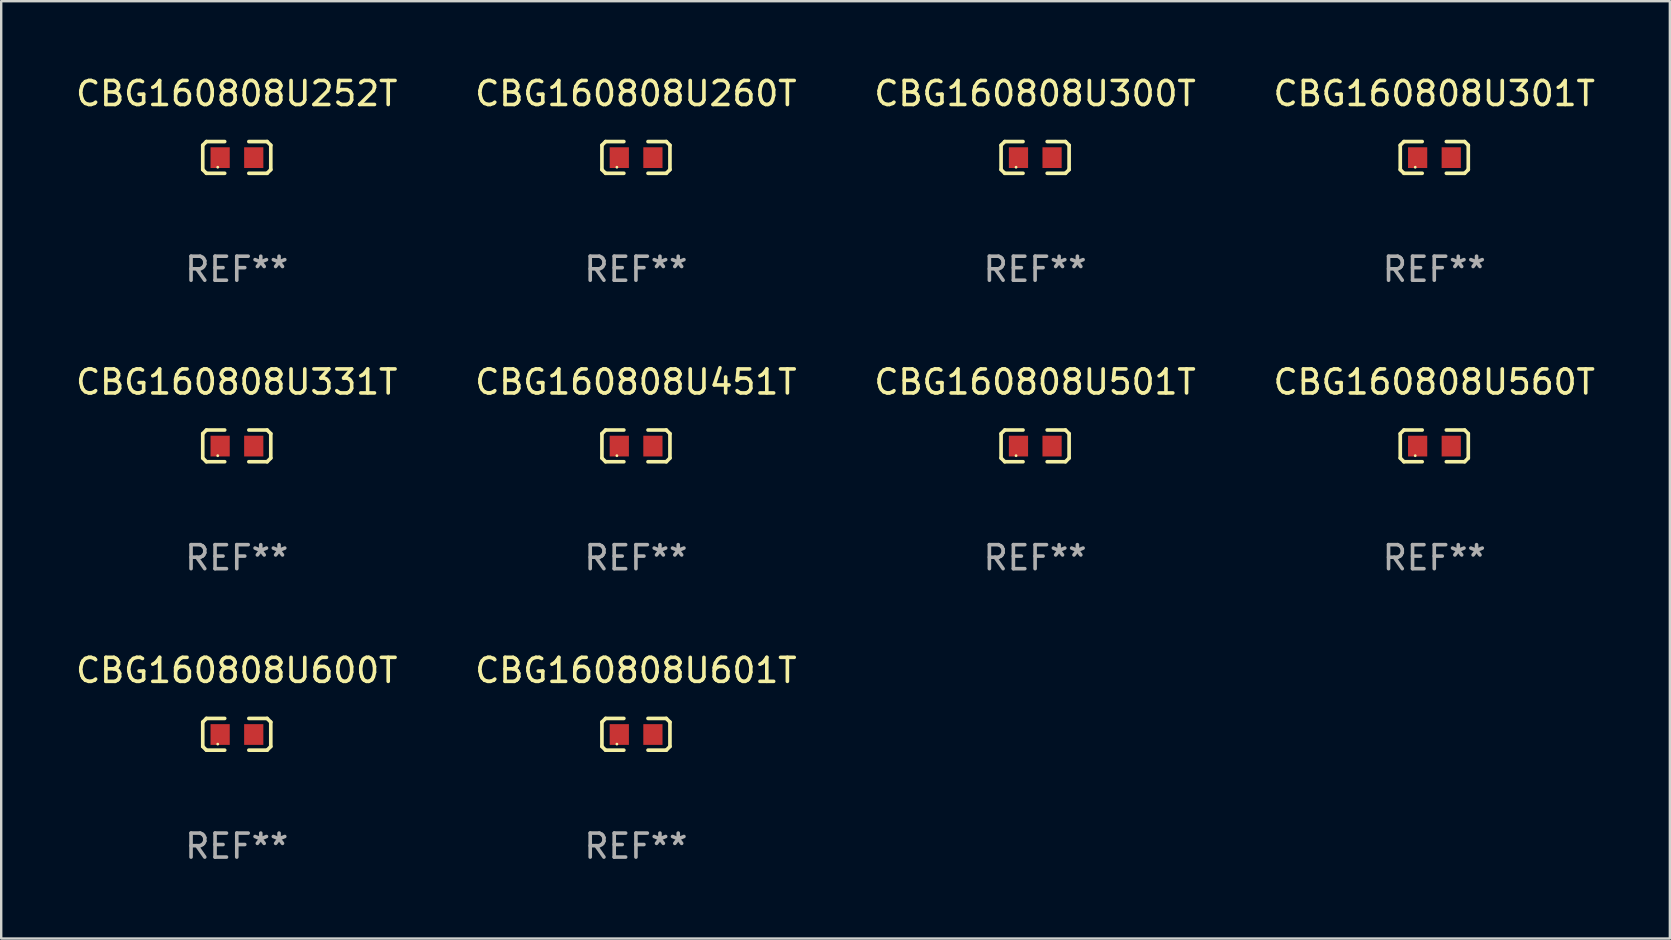
<source format=kicad_pcb>
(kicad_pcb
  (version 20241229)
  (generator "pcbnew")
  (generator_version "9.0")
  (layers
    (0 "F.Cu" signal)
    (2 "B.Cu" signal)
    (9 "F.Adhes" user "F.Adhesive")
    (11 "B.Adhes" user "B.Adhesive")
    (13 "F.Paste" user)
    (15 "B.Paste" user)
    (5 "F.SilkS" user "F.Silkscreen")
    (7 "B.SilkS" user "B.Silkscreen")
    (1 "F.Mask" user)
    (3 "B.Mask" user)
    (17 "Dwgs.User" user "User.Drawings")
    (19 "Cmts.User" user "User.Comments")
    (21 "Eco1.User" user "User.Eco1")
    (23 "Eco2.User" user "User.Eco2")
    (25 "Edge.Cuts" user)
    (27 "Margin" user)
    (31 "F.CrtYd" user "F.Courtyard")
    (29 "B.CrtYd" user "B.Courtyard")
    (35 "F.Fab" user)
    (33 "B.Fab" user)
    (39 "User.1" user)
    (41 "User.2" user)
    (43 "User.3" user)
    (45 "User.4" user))
  (footprint "CBG160808U600T"
    (layer "F.Cu")
    (at 6.815 27.544)
    (property "Reference" "CBG160808U600T" (at 0 -2.661 0) (layer "F.SilkS") (effects (font (size 1 1) (thickness 0.15))))
    (attr through_hole)
    (fp_line (start -1.417 -0.508) (end -1.265 -0.661) (stroke (width 0.152) (type solid)) (layer "F.SilkS"))
    (fp_line (start -1.417 0.508) (end -1.417 -0.508) (stroke (width 0.152) (type solid)) (layer "F.SilkS"))
    (fp_line (start -1.265 -0.661) (end -0.503 -0.661) (stroke (width 0.152) (type solid)) (layer "F.SilkS"))
    (fp_line (start -1.265 0.661) (end -1.417 0.508) (stroke (width 0.152) (type solid)) (layer "F.SilkS"))
    (fp_line (start -1.265 0.661) (end -0.503 0.661) (stroke (width 0.152) (type solid)) (layer "F.SilkS"))
    (fp_line (start 1.265 -0.661) (end 0.503 -0.661) (stroke (width 0.152) (type solid)) (layer "F.SilkS"))
    (fp_line (start 1.265 -0.661) (end 1.417 -0.508) (stroke (width 0.152) (type solid)) (layer "F.SilkS"))
    (fp_line (start 1.265 0.661) (end 0.503 0.661) (stroke (width 0.152) (type solid)) (layer "F.SilkS"))
    (fp_line (start 1.417 -0.508) (end 1.417 0.508) (stroke (width 0.152) (type solid)) (layer "F.SilkS"))
    (fp_line (start 1.417 0.508) (end 1.265 0.661) (stroke (width 0.152) (type solid)) (layer "F.SilkS"))
    (fp_circle (center -0.793 0.409) (end -0.763 0.409) (stroke (width 0.06) (type solid)) (fill no) (layer "F.SilkS"))
    (fp_text user "REF**" (at 0 4.661 0) (layer "F.Fab") (effects (font (size 1 1) (thickness 0.15))))
    (pad "1" smd rect (at -0.693 0.009 180) (size 0.8 0.864) (layers "F.Cu" "F.Mask" "F.Paste"))
    (pad "2" smd rect (at 0.707 0.009 180) (size 0.8 0.864) (layers "F.Cu" "F.Mask" "F.Paste")))
  (footprint "CBG160808U260T"
    (layer "F.Cu")
    (at 23.446 3.509)
    (property "Reference" "CBG160808U260T" (at 0 -2.661 0) (layer "F.SilkS") (effects (font (size 1 1) (thickness 0.15))))
    (attr through_hole)
    (fp_line (start -1.417 -0.508) (end -1.265 -0.661) (stroke (width 0.152) (type solid)) (layer "F.SilkS"))
    (fp_line (start -1.417 0.508) (end -1.417 -0.508) (stroke (width 0.152) (type solid)) (layer "F.SilkS"))
    (fp_line (start -1.265 -0.661) (end -0.503 -0.661) (stroke (width 0.152) (type solid)) (layer "F.SilkS"))
    (fp_line (start -1.265 0.661) (end -1.417 0.508) (stroke (width 0.152) (type solid)) (layer "F.SilkS"))
    (fp_line (start -1.265 0.661) (end -0.503 0.661) (stroke (width 0.152) (type solid)) (layer "F.SilkS"))
    (fp_line (start 1.265 -0.661) (end 0.503 -0.661) (stroke (width 0.152) (type solid)) (layer "F.SilkS"))
    (fp_line (start 1.265 -0.661) (end 1.417 -0.508) (stroke (width 0.152) (type solid)) (layer "F.SilkS"))
    (fp_line (start 1.265 0.661) (end 0.503 0.661) (stroke (width 0.152) (type solid)) (layer "F.SilkS"))
    (fp_line (start 1.417 -0.508) (end 1.417 0.508) (stroke (width 0.152) (type solid)) (layer "F.SilkS"))
    (fp_line (start 1.417 0.508) (end 1.265 0.661) (stroke (width 0.152) (type solid)) (layer "F.SilkS"))
    (fp_circle (center -0.793 0.409) (end -0.763 0.409) (stroke (width 0.06) (type solid)) (fill no) (layer "F.SilkS"))
    (fp_text user "REF**" (at 0 4.661 0) (layer "F.Fab") (effects (font (size 1 1) (thickness 0.15))))
    (pad "1" smd rect (at -0.693 0.009 180) (size 0.8 0.864) (layers "F.Cu" "F.Mask" "F.Paste"))
    (pad "2" smd rect (at 0.707 0.009 180) (size 0.8 0.864) (layers "F.Cu" "F.Mask" "F.Paste")))
  (footprint "CBG160808U501T"
    (layer "F.Cu")
    (at 40.077 15.527)
    (property "Reference" "CBG160808U501T" (at 0 -2.661 0) (layer "F.SilkS") (effects (font (size 1 1) (thickness 0.15))))
    (attr through_hole)
    (fp_line (start -1.417 -0.508) (end -1.265 -0.661) (stroke (width 0.152) (type solid)) (layer "F.SilkS"))
    (fp_line (start -1.417 0.508) (end -1.417 -0.508) (stroke (width 0.152) (type solid)) (layer "F.SilkS"))
    (fp_line (start -1.265 -0.661) (end -0.503 -0.661) (stroke (width 0.152) (type solid)) (layer "F.SilkS"))
    (fp_line (start -1.265 0.661) (end -1.417 0.508) (stroke (width 0.152) (type solid)) (layer "F.SilkS"))
    (fp_line (start -1.265 0.661) (end -0.503 0.661) (stroke (width 0.152) (type solid)) (layer "F.SilkS"))
    (fp_line (start 1.265 -0.661) (end 0.503 -0.661) (stroke (width 0.152) (type solid)) (layer "F.SilkS"))
    (fp_line (start 1.265 -0.661) (end 1.417 -0.508) (stroke (width 0.152) (type solid)) (layer "F.SilkS"))
    (fp_line (start 1.265 0.661) (end 0.503 0.661) (stroke (width 0.152) (type solid)) (layer "F.SilkS"))
    (fp_line (start 1.417 -0.508) (end 1.417 0.508) (stroke (width 0.152) (type solid)) (layer "F.SilkS"))
    (fp_line (start 1.417 0.508) (end 1.265 0.661) (stroke (width 0.152) (type solid)) (layer "F.SilkS"))
    (fp_circle (center -0.793 0.409) (end -0.763 0.409) (stroke (width 0.06) (type solid)) (fill no) (layer "F.SilkS"))
    (fp_text user "REF**" (at 0 4.661 0) (layer "F.Fab") (effects (font (size 1 1) (thickness 0.15))))
    (pad "1" smd rect (at -0.693 0.009 180) (size 0.8 0.864) (layers "F.Cu" "F.Mask" "F.Paste"))
    (pad "2" smd rect (at 0.707 0.009 180) (size 0.8 0.864) (layers "F.Cu" "F.Mask" "F.Paste")))
  (footprint "CBG160808U331T"
    (layer "F.Cu")
    (at 6.815 15.527)
    (property "Reference" "CBG160808U331T" (at 0 -2.661 0) (layer "F.SilkS") (effects (font (size 1 1) (thickness 0.15))))
    (attr through_hole)
    (fp_line (start -1.417 -0.508) (end -1.265 -0.661) (stroke (width 0.152) (type solid)) (layer "F.SilkS"))
    (fp_line (start -1.417 0.508) (end -1.417 -0.508) (stroke (width 0.152) (type solid)) (layer "F.SilkS"))
    (fp_line (start -1.265 -0.661) (end -0.503 -0.661) (stroke (width 0.152) (type solid)) (layer "F.SilkS"))
    (fp_line (start -1.265 0.661) (end -1.417 0.508) (stroke (width 0.152) (type solid)) (layer "F.SilkS"))
    (fp_line (start -1.265 0.661) (end -0.503 0.661) (stroke (width 0.152) (type solid)) (layer "F.SilkS"))
    (fp_line (start 1.265 -0.661) (end 0.503 -0.661) (stroke (width 0.152) (type solid)) (layer "F.SilkS"))
    (fp_line (start 1.265 -0.661) (end 1.417 -0.508) (stroke (width 0.152) (type solid)) (layer "F.SilkS"))
    (fp_line (start 1.265 0.661) (end 0.503 0.661) (stroke (width 0.152) (type solid)) (layer "F.SilkS"))
    (fp_line (start 1.417 -0.508) (end 1.417 0.508) (stroke (width 0.152) (type solid)) (layer "F.SilkS"))
    (fp_line (start 1.417 0.508) (end 1.265 0.661) (stroke (width 0.152) (type solid)) (layer "F.SilkS"))
    (fp_circle (center -0.793 0.409) (end -0.763 0.409) (stroke (width 0.06) (type solid)) (fill no) (layer "F.SilkS"))
    (fp_text user "REF**" (at 0 4.661 0) (layer "F.Fab") (effects (font (size 1 1) (thickness 0.15))))
    (pad "1" smd rect (at -0.693 0.009 180) (size 0.8 0.864) (layers "F.Cu" "F.Mask" "F.Paste"))
    (pad "2" smd rect (at 0.707 0.009 180) (size 0.8 0.864) (layers "F.Cu" "F.Mask" "F.Paste")))
  (footprint "CBG160808U451T"
    (layer "F.Cu")
    (at 23.446 15.527)
    (property "Reference" "CBG160808U451T" (at 0 -2.661 0) (layer "F.SilkS") (effects (font (size 1 1) (thickness 0.15))))
    (attr through_hole)
    (fp_line (start -1.417 -0.508) (end -1.265 -0.661) (stroke (width 0.152) (type solid)) (layer "F.SilkS"))
    (fp_line (start -1.417 0.508) (end -1.417 -0.508) (stroke (width 0.152) (type solid)) (layer "F.SilkS"))
    (fp_line (start -1.265 -0.661) (end -0.503 -0.661) (stroke (width 0.152) (type solid)) (layer "F.SilkS"))
    (fp_line (start -1.265 0.661) (end -1.417 0.508) (stroke (width 0.152) (type solid)) (layer "F.SilkS"))
    (fp_line (start -1.265 0.661) (end -0.503 0.661) (stroke (width 0.152) (type solid)) (layer "F.SilkS"))
    (fp_line (start 1.265 -0.661) (end 0.503 -0.661) (stroke (width 0.152) (type solid)) (layer "F.SilkS"))
    (fp_line (start 1.265 -0.661) (end 1.417 -0.508) (stroke (width 0.152) (type solid)) (layer "F.SilkS"))
    (fp_line (start 1.265 0.661) (end 0.503 0.661) (stroke (width 0.152) (type solid)) (layer "F.SilkS"))
    (fp_line (start 1.417 -0.508) (end 1.417 0.508) (stroke (width 0.152) (type solid)) (layer "F.SilkS"))
    (fp_line (start 1.417 0.508) (end 1.265 0.661) (stroke (width 0.152) (type solid)) (layer "F.SilkS"))
    (fp_circle (center -0.793 0.409) (end -0.763 0.409) (stroke (width 0.06) (type solid)) (fill no) (layer "F.SilkS"))
    (fp_text user "REF**" (at 0 4.661 0) (layer "F.Fab") (effects (font (size 1 1) (thickness 0.15))))
    (pad "1" smd rect (at -0.693 0.009 180) (size 0.8 0.864) (layers "F.Cu" "F.Mask" "F.Paste"))
    (pad "2" smd rect (at 0.707 0.009 180) (size 0.8 0.864) (layers "F.Cu" "F.Mask" "F.Paste")))
  (footprint "CBG160808U601T"
    (layer "F.Cu")
    (at 23.446 27.544)
    (property "Reference" "CBG160808U601T" (at 0 -2.661 0) (layer "F.SilkS") (effects (font (size 1 1) (thickness 0.15))))
    (attr through_hole)
    (fp_line (start -1.417 -0.508) (end -1.265 -0.661) (stroke (width 0.152) (type solid)) (layer "F.SilkS"))
    (fp_line (start -1.417 0.508) (end -1.417 -0.508) (stroke (width 0.152) (type solid)) (layer "F.SilkS"))
    (fp_line (start -1.265 -0.661) (end -0.503 -0.661) (stroke (width 0.152) (type solid)) (layer "F.SilkS"))
    (fp_line (start -1.265 0.661) (end -1.417 0.508) (stroke (width 0.152) (type solid)) (layer "F.SilkS"))
    (fp_line (start -1.265 0.661) (end -0.503 0.661) (stroke (width 0.152) (type solid)) (layer "F.SilkS"))
    (fp_line (start 1.265 -0.661) (end 0.503 -0.661) (stroke (width 0.152) (type solid)) (layer "F.SilkS"))
    (fp_line (start 1.265 -0.661) (end 1.417 -0.508) (stroke (width 0.152) (type solid)) (layer "F.SilkS"))
    (fp_line (start 1.265 0.661) (end 0.503 0.661) (stroke (width 0.152) (type solid)) (layer "F.SilkS"))
    (fp_line (start 1.417 -0.508) (end 1.417 0.508) (stroke (width 0.152) (type solid)) (layer "F.SilkS"))
    (fp_line (start 1.417 0.508) (end 1.265 0.661) (stroke (width 0.152) (type solid)) (layer "F.SilkS"))
    (fp_circle (center -0.793 0.409) (end -0.763 0.409) (stroke (width 0.06) (type solid)) (fill no) (layer "F.SilkS"))
    (fp_text user "REF**" (at 0 4.661 0) (layer "F.Fab") (effects (font (size 1 1) (thickness 0.15))))
    (pad "1" smd rect (at -0.693 0.009 180) (size 0.8 0.864) (layers "F.Cu" "F.Mask" "F.Paste"))
    (pad "2" smd rect (at 0.707 0.009 180) (size 0.8 0.864) (layers "F.Cu" "F.Mask" "F.Paste")))
  (footprint "CBG160808U300T"
    (layer "F.Cu")
    (at 40.077 3.509)
    (property "Reference" "CBG160808U300T" (at 0 -2.661 0) (layer "F.SilkS") (effects (font (size 1 1) (thickness 0.15))))
    (attr through_hole)
    (fp_line (start -1.417 -0.508) (end -1.265 -0.661) (stroke (width 0.152) (type solid)) (layer "F.SilkS"))
    (fp_line (start -1.417 0.508) (end -1.417 -0.508) (stroke (width 0.152) (type solid)) (layer "F.SilkS"))
    (fp_line (start -1.265 -0.661) (end -0.503 -0.661) (stroke (width 0.152) (type solid)) (layer "F.SilkS"))
    (fp_line (start -1.265 0.661) (end -1.417 0.508) (stroke (width 0.152) (type solid)) (layer "F.SilkS"))
    (fp_line (start -1.265 0.661) (end -0.503 0.661) (stroke (width 0.152) (type solid)) (layer "F.SilkS"))
    (fp_line (start 1.265 -0.661) (end 0.503 -0.661) (stroke (width 0.152) (type solid)) (layer "F.SilkS"))
    (fp_line (start 1.265 -0.661) (end 1.417 -0.508) (stroke (width 0.152) (type solid)) (layer "F.SilkS"))
    (fp_line (start 1.265 0.661) (end 0.503 0.661) (stroke (width 0.152) (type solid)) (layer "F.SilkS"))
    (fp_line (start 1.417 -0.508) (end 1.417 0.508) (stroke (width 0.152) (type solid)) (layer "F.SilkS"))
    (fp_line (start 1.417 0.508) (end 1.265 0.661) (stroke (width 0.152) (type solid)) (layer "F.SilkS"))
    (fp_circle (center -0.793 0.409) (end -0.763 0.409) (stroke (width 0.06) (type solid)) (fill no) (layer "F.SilkS"))
    (fp_text user "REF**" (at 0 4.661 0) (layer "F.Fab") (effects (font (size 1 1) (thickness 0.15))))
    (pad "1" smd rect (at -0.693 0.009 180) (size 0.8 0.864) (layers "F.Cu" "F.Mask" "F.Paste"))
    (pad "2" smd rect (at 0.707 0.009 180) (size 0.8 0.864) (layers "F.Cu" "F.Mask" "F.Paste")))
  (footprint "CBG160808U560T"
    (layer "F.Cu")
    (at 56.708 15.527)
    (property "Reference" "CBG160808U560T" (at 0 -2.661 0) (layer "F.SilkS") (effects (font (size 1 1) (thickness 0.15))))
    (attr through_hole)
    (fp_line (start -1.417 -0.508) (end -1.265 -0.661) (stroke (width 0.152) (type solid)) (layer "F.SilkS"))
    (fp_line (start -1.417 0.508) (end -1.417 -0.508) (stroke (width 0.152) (type solid)) (layer "F.SilkS"))
    (fp_line (start -1.265 -0.661) (end -0.503 -0.661) (stroke (width 0.152) (type solid)) (layer "F.SilkS"))
    (fp_line (start -1.265 0.661) (end -1.417 0.508) (stroke (width 0.152) (type solid)) (layer "F.SilkS"))
    (fp_line (start -1.265 0.661) (end -0.503 0.661) (stroke (width 0.152) (type solid)) (layer "F.SilkS"))
    (fp_line (start 1.265 -0.661) (end 0.503 -0.661) (stroke (width 0.152) (type solid)) (layer "F.SilkS"))
    (fp_line (start 1.265 -0.661) (end 1.417 -0.508) (stroke (width 0.152) (type solid)) (layer "F.SilkS"))
    (fp_line (start 1.265 0.661) (end 0.503 0.661) (stroke (width 0.152) (type solid)) (layer "F.SilkS"))
    (fp_line (start 1.417 -0.508) (end 1.417 0.508) (stroke (width 0.152) (type solid)) (layer "F.SilkS"))
    (fp_line (start 1.417 0.508) (end 1.265 0.661) (stroke (width 0.152) (type solid)) (layer "F.SilkS"))
    (fp_circle (center -0.793 0.409) (end -0.763 0.409) (stroke (width 0.06) (type solid)) (fill no) (layer "F.SilkS"))
    (fp_text user "REF**" (at 0 4.661 0) (layer "F.Fab") (effects (font (size 1 1) (thickness 0.15))))
    (pad "1" smd rect (at -0.693 0.009 180) (size 0.8 0.864) (layers "F.Cu" "F.Mask" "F.Paste"))
    (pad "2" smd rect (at 0.707 0.009 180) (size 0.8 0.864) (layers "F.Cu" "F.Mask" "F.Paste")))
  (footprint "CBG160808U252T"
    (layer "F.Cu")
    (at 6.815 3.509)
    (property "Reference" "CBG160808U252T" (at 0 -2.661 0) (layer "F.SilkS") (effects (font (size 1 1) (thickness 0.15))))
    (attr through_hole)
    (fp_line (start -1.417 -0.508) (end -1.265 -0.661) (stroke (width 0.152) (type solid)) (layer "F.SilkS"))
    (fp_line (start -1.417 0.508) (end -1.417 -0.508) (stroke (width 0.152) (type solid)) (layer "F.SilkS"))
    (fp_line (start -1.265 -0.661) (end -0.503 -0.661) (stroke (width 0.152) (type solid)) (layer "F.SilkS"))
    (fp_line (start -1.265 0.661) (end -1.417 0.508) (stroke (width 0.152) (type solid)) (layer "F.SilkS"))
    (fp_line (start -1.265 0.661) (end -0.503 0.661) (stroke (width 0.152) (type solid)) (layer "F.SilkS"))
    (fp_line (start 1.265 -0.661) (end 0.503 -0.661) (stroke (width 0.152) (type solid)) (layer "F.SilkS"))
    (fp_line (start 1.265 -0.661) (end 1.417 -0.508) (stroke (width 0.152) (type solid)) (layer "F.SilkS"))
    (fp_line (start 1.265 0.661) (end 0.503 0.661) (stroke (width 0.152) (type solid)) (layer "F.SilkS"))
    (fp_line (start 1.417 -0.508) (end 1.417 0.508) (stroke (width 0.152) (type solid)) (layer "F.SilkS"))
    (fp_line (start 1.417 0.508) (end 1.265 0.661) (stroke (width 0.152) (type solid)) (layer "F.SilkS"))
    (fp_circle (center -0.793 0.409) (end -0.763 0.409) (stroke (width 0.06) (type solid)) (fill no) (layer "F.SilkS"))
    (fp_text user "REF**" (at 0 4.661 0) (layer "F.Fab") (effects (font (size 1 1) (thickness 0.15))))
    (pad "1" smd rect (at -0.693 0.009 180) (size 0.8 0.864) (layers "F.Cu" "F.Mask" "F.Paste"))
    (pad "2" smd rect (at 0.707 0.009 180) (size 0.8 0.864) (layers "F.Cu" "F.Mask" "F.Paste")))
  (footprint "CBG160808U301T"
    (layer "F.Cu")
    (at 56.708 3.509)
    (property "Reference" "CBG160808U301T" (at 0 -2.661 0) (layer "F.SilkS") (effects (font (size 1 1) (thickness 0.15))))
    (attr through_hole)
    (fp_line (start -1.417 -0.508) (end -1.265 -0.661) (stroke (width 0.152) (type solid)) (layer "F.SilkS"))
    (fp_line (start -1.417 0.508) (end -1.417 -0.508) (stroke (width 0.152) (type solid)) (layer "F.SilkS"))
    (fp_line (start -1.265 -0.661) (end -0.503 -0.661) (stroke (width 0.152) (type solid)) (layer "F.SilkS"))
    (fp_line (start -1.265 0.661) (end -1.417 0.508) (stroke (width 0.152) (type solid)) (layer "F.SilkS"))
    (fp_line (start -1.265 0.661) (end -0.503 0.661) (stroke (width 0.152) (type solid)) (layer "F.SilkS"))
    (fp_line (start 1.265 -0.661) (end 0.503 -0.661) (stroke (width 0.152) (type solid)) (layer "F.SilkS"))
    (fp_line (start 1.265 -0.661) (end 1.417 -0.508) (stroke (width 0.152) (type solid)) (layer "F.SilkS"))
    (fp_line (start 1.265 0.661) (end 0.503 0.661) (stroke (width 0.152) (type solid)) (layer "F.SilkS"))
    (fp_line (start 1.417 -0.508) (end 1.417 0.508) (stroke (width 0.152) (type solid)) (layer "F.SilkS"))
    (fp_line (start 1.417 0.508) (end 1.265 0.661) (stroke (width 0.152) (type solid)) (layer "F.SilkS"))
    (fp_circle (center -0.793 0.409) (end -0.763 0.409) (stroke (width 0.06) (type solid)) (fill no) (layer "F.SilkS"))
    (fp_text user "REF**" (at 0 4.661 0) (layer "F.Fab") (effects (font (size 1 1) (thickness 0.15))))
    (pad "1" smd rect (at -0.693 0.009 180) (size 0.8 0.864) (layers "F.Cu" "F.Mask" "F.Paste"))
    (pad "2" smd rect (at 0.707 0.009 180) (size 0.8 0.864) (layers "F.Cu" "F.Mask" "F.Paste")))
  (gr_rect
    (start -3 -3)
    (end 66.524 36.053)
    (stroke (width 0.1) (type default))
    (fill no)
    (layer "Edge.Cuts")))
</source>
